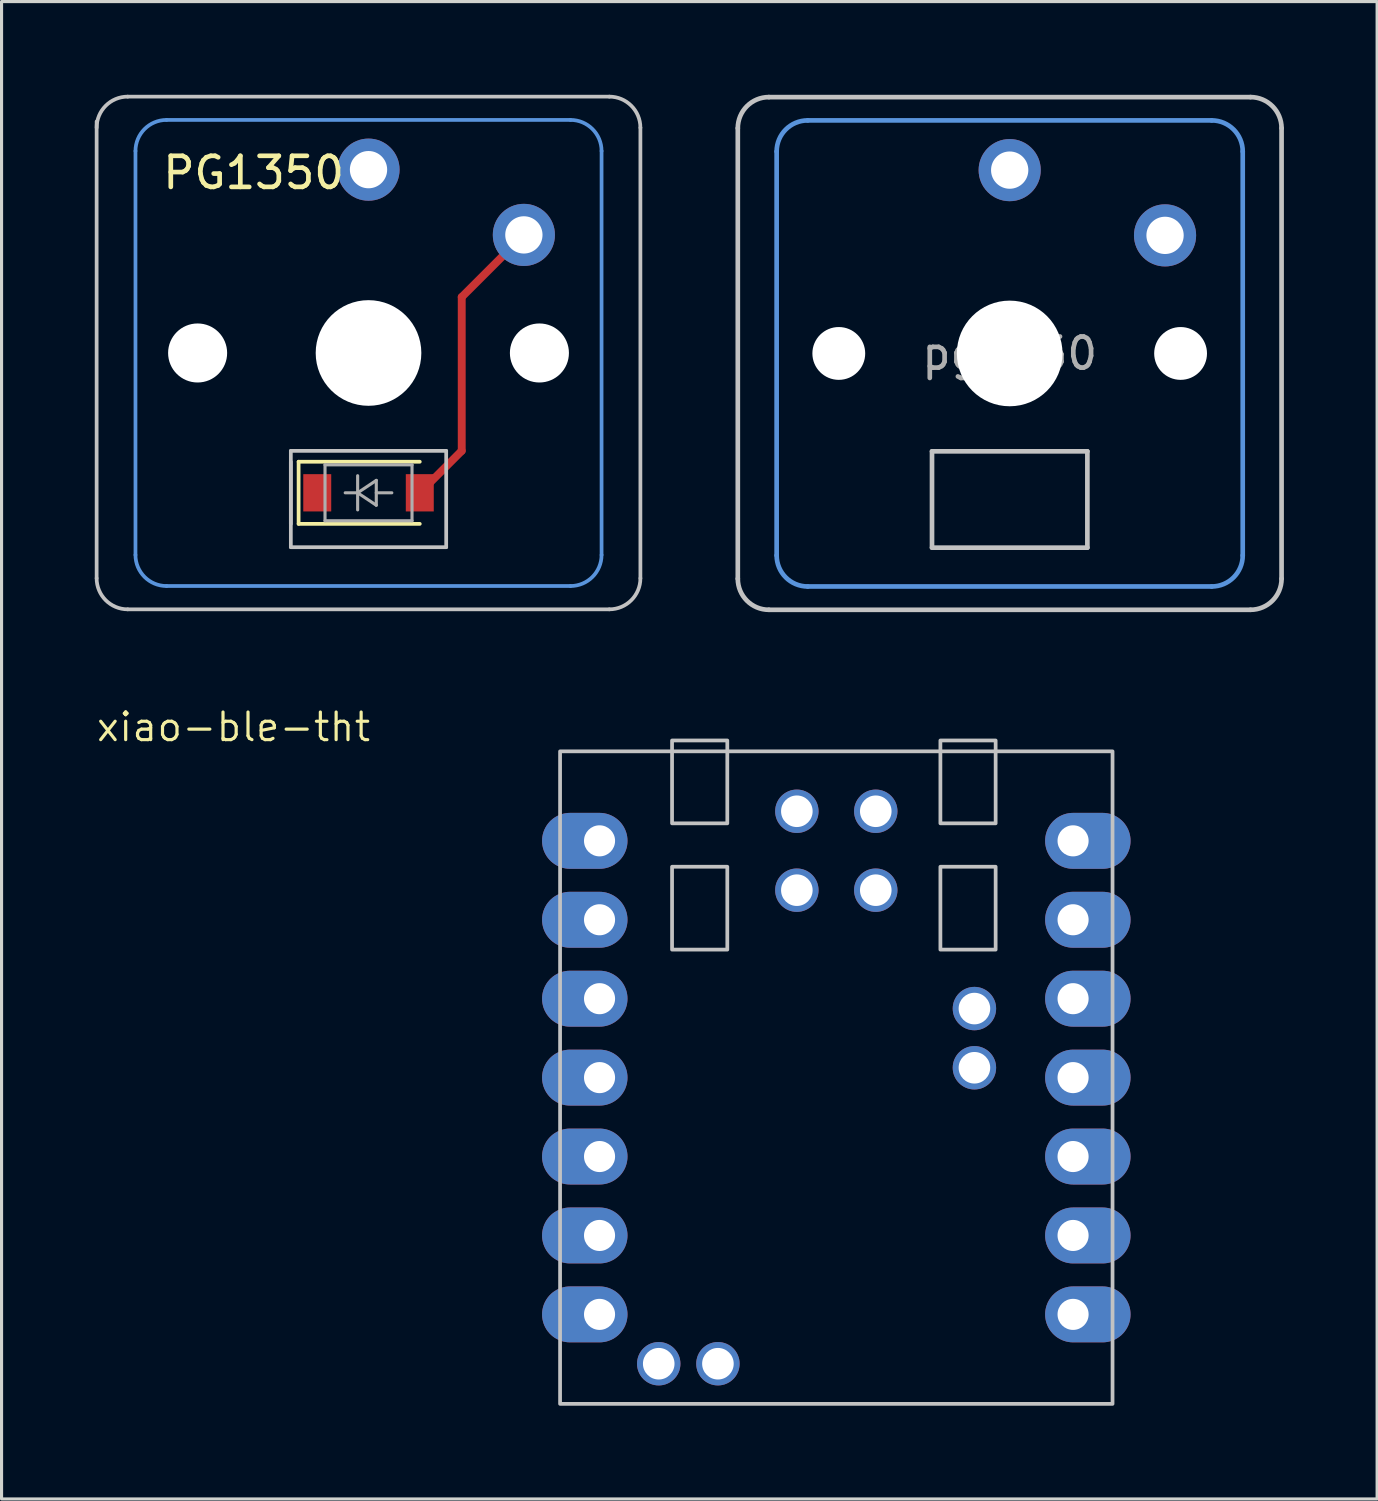
<source format=kicad_pcb>
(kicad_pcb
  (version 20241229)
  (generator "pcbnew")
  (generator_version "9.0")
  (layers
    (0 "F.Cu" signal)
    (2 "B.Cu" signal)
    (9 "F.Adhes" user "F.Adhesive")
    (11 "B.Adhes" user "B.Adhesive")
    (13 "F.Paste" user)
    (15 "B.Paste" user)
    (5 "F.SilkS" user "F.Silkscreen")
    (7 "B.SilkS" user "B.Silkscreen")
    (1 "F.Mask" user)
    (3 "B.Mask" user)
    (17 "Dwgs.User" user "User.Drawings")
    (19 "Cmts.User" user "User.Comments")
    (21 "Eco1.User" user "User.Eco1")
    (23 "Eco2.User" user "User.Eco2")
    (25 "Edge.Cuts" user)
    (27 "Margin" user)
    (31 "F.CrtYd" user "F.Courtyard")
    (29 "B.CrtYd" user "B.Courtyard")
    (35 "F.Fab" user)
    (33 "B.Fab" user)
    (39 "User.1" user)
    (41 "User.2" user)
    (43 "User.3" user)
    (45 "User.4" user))
  (footprint "PG1350"
    (layer "F.Cu")
    (at 8.81 12.81)
    (property "Reference" "PG1350" (at -6.7 -10.3 0) (layer "F.SilkS") (effects (font (size 1 1) (thickness 0.15)) (justify left)))
    (attr smd)
    (fp_line (start 1.65 0) (end 3 -1.35) (stroke (width 0.254) (type solid)) (layer "F.Cu"))
    (fp_line (start 3 -1.35) (end 3 -6.3) (stroke (width 0.254) (type solid)) (layer "F.Cu"))
    (fp_line (start 5 -8.3) (end 3 -6.3) (stroke (width 0.254) (type solid)) (layer "F.Cu"))
    (fp_line (start -2.25 -1) (end -2.25 1) (stroke (width 0.12) (type solid)) (layer "F.SilkS"))
    (fp_line (start -2.25 -1) (end 1.65 -1) (stroke (width 0.12) (type solid)) (layer "F.SilkS"))
    (fp_line (start -2.25 1) (end 1.65 1) (stroke (width 0.12) (type solid)) (layer "F.SilkS"))
    (fp_line (start -8.75 2.75) (end -8.75 -11.95) (stroke (width 0.12) (type solid)) (layer "Dwgs.User"))
    (fp_line (start -7.75 -12.75) (end 7.75 -12.75) (stroke (width 0.12) (type solid)) (layer "Dwgs.User"))
    (fp_line (start -2.5 -1.35) (end -2.5 1.75) (stroke (width 0.12) (type solid)) (layer "Dwgs.User"))
    (fp_line (start -2.5 1) (end -2.5 -1) (stroke (width 0.12) (type solid)) (layer "Dwgs.User"))
    (fp_line (start -2.5 1.75) (end 2.5 1.75) (stroke (width 0.12) (type solid)) (layer "Dwgs.User"))
    (fp_line (start 2.5 -1.35) (end -2.5 -1.35) (stroke (width 0.12) (type solid)) (layer "Dwgs.User"))
    (fp_line (start 2.5 1.75) (end 2.5 -1.35) (stroke (width 0.12) (type solid)) (layer "Dwgs.User"))
    (fp_line (start 7.75 3.75) (end -7.75 3.75) (stroke (width 0.12) (type solid)) (layer "Dwgs.User"))
    (fp_line (start 8.75 -11.75) (end 8.75 2.75) (stroke (width 0.12) (type solid)) (layer "Dwgs.User"))
    (fp_arc (start -8.75 -11.75) (mid -8.457107 -12.457107) (end -7.75 -12.75) (stroke (width 0.12) (type solid)) (layer "Dwgs.User"))
    (fp_arc (start -7.75 3.75) (mid -8.457107 3.457107) (end -8.75 2.75) (stroke (width 0.12) (type solid)) (layer "Dwgs.User"))
    (fp_arc (start 7.75 -12.75) (mid 8.457107 -12.457107) (end 8.75 -11.75) (stroke (width 0.12) (type solid)) (layer "Dwgs.User"))
    (fp_arc (start 8.75 2.75) (mid 8.457107 3.457107) (end 7.75 3.75) (stroke (width 0.12) (type solid)) (layer "Dwgs.User"))
    (fp_line (start -7.5 -11) (end -7.5 2) (stroke (width 0.12) (type solid)) (layer "Cmts.User"))
    (fp_line (start -6.5 3) (end 6.5 3) (stroke (width 0.12) (type solid)) (layer "Cmts.User"))
    (fp_line (start 6.5 -12) (end -6.5 -12) (stroke (width 0.12) (type solid)) (layer "Cmts.User"))
    (fp_line (start 7.5 2) (end 7.5 -11) (stroke (width 0.12) (type solid)) (layer "Cmts.User"))
    (fp_arc (start -7.5 -11) (mid -7.207107 -11.707107) (end -6.5 -12) (stroke (width 0.12) (type solid)) (layer "Cmts.User"))
    (fp_arc (start -6.5 3) (mid -7.207107 2.707107) (end -7.5 2) (stroke (width 0.12) (type solid)) (layer "Cmts.User"))
    (fp_arc (start 6.5 -12) (mid 7.207107 -11.707107) (end 7.5 -11) (stroke (width 0.12) (type solid)) (layer "Cmts.User"))
    (fp_arc (start 7.5 2) (mid 7.207107 2.707107) (end 6.5 3) (stroke (width 0.12) (type solid)) (layer "Cmts.User"))
    (fp_line (start -1.4 -0.9) (end 1.4 -0.9) (stroke (width 0.1) (type solid)) (layer "F.Fab"))
    (fp_line (start -1.4 0.9) (end -1.4 -0.9) (stroke (width 0.1) (type solid)) (layer "F.Fab"))
    (fp_line (start -0.75 0) (end -0.35 0) (stroke (width 0.1) (type solid)) (layer "F.Fab"))
    (fp_line (start -0.35 0) (end -0.35 -0.55) (stroke (width 0.1) (type solid)) (layer "F.Fab"))
    (fp_line (start -0.35 0) (end -0.35 0.55) (stroke (width 0.1) (type solid)) (layer "F.Fab"))
    (fp_line (start -0.35 0) (end 0.25 -0.4) (stroke (width 0.1) (type solid)) (layer "F.Fab"))
    (fp_line (start 0.25 -0.4) (end 0.25 0.4) (stroke (width 0.1) (type solid)) (layer "F.Fab"))
    (fp_line (start 0.25 0) (end 0.75 0) (stroke (width 0.1) (type solid)) (layer "F.Fab"))
    (fp_line (start 0.25 0.4) (end -0.35 0) (stroke (width 0.1) (type solid)) (layer "F.Fab"))
    (fp_line (start 1.4 -0.9) (end 1.4 0.9) (stroke (width 0.1) (type solid)) (layer "F.Fab"))
    (fp_line (start 1.4 0.9) (end -1.4 0.9) (stroke (width 0.1) (type solid)) (layer "F.Fab"))
    (pad "" np_thru_hole circle (at -5.5 -4.5) (size 1.9 1.9) (drill 1.9) (layers "*.Cu" "*.Mask"))
    (pad "" np_thru_hole circle (at 0 -4.5) (size 3.4 3.4) (drill 3.4) (layers "*.Cu" "*.Mask"))
    (pad "" np_thru_hole circle (at 5.5 -4.5) (size 1.9 1.9) (drill 1.9) (layers "*.Cu" "*.Mask"))
    (pad "1" thru_hole circle (at 0 -10.4) (size 2 2) (drill 1.2) (layers "*.Cu" "B.Mask"))
    (pad "2" thru_hole circle (at 5 -8.3 221.9) (size 2 2) (drill 1.2) (layers "*.Cu" "B.Mask"))
    (pad "3" smd rect (at -1.65 0) (size 0.9 1.2) (layers "F.Cu" "F.Mask" "F.Paste"))
    (pad "4" smd rect (at 1.65 0) (size 0.9 1.2) (layers "F.Cu" "F.Mask" "F.Paste")))
  (footprint "pg1350"
    (layer "F.Cu")
    (at 29.445 8.325)
    (property "Reference" "pg1350" (at 0 0 0) (layer "F.Fab") (effects (font (size 1 1) (thickness 0.15))))
    (attr through_hole)
    (fp_line (start -8.75 7.25) (end -8.75 -7.25) (stroke (width 0.15) (type solid)) (layer "Dwgs.User"))
    (fp_line (start -7.75 -8.25) (end 7.75 -8.25) (stroke (width 0.15) (type solid)) (layer "Dwgs.User"))
    (fp_line (start -2.5 3.15) (end -2.5 6.25) (stroke (width 0.15) (type solid)) (layer "Dwgs.User"))
    (fp_line (start -2.5 6.25) (end 2.5 6.25) (stroke (width 0.15) (type solid)) (layer "Dwgs.User"))
    (fp_line (start 2.5 3.15) (end -2.5 3.15) (stroke (width 0.15) (type solid)) (layer "Dwgs.User"))
    (fp_line (start 2.5 6.25) (end 2.5 3.15) (stroke (width 0.15) (type solid)) (layer "Dwgs.User"))
    (fp_line (start 7.75 8.25) (end -7.75 8.25) (stroke (width 0.15) (type solid)) (layer "Dwgs.User"))
    (fp_line (start 8.75 -7.25) (end 8.75 7.25) (stroke (width 0.15) (type solid)) (layer "Dwgs.User"))
    (fp_arc (start -8.75 -7.25) (mid -8.457107 -7.957107) (end -7.75 -8.25) (stroke (width 0.15) (type solid)) (layer "Dwgs.User"))
    (fp_arc (start -7.75 8.25) (mid -8.457107 7.957107) (end -8.75 7.25) (stroke (width 0.15) (type solid)) (layer "Dwgs.User"))
    (fp_arc (start 7.75 -8.25) (mid 8.457107 -7.957107) (end 8.75 -7.25) (stroke (width 0.15) (type solid)) (layer "Dwgs.User"))
    (fp_arc (start 8.75 7.25) (mid 8.457107 7.957107) (end 7.75 8.25) (stroke (width 0.15) (type solid)) (layer "Dwgs.User"))
    (fp_line (start -7.5 6.5) (end -7.5 -6.5) (stroke (width 0.15) (type solid)) (layer "Cmts.User"))
    (fp_line (start -6.5 -7.5) (end 6.5 -7.5) (stroke (width 0.15) (type solid)) (layer "Cmts.User"))
    (fp_line (start 6.5 7.5) (end -6.5 7.5) (stroke (width 0.15) (type solid)) (layer "Cmts.User"))
    (fp_line (start 7.5 -6.5) (end 7.5 6.5) (stroke (width 0.15) (type solid)) (layer "Cmts.User"))
    (fp_arc (start -7.5 -6.5) (mid -7.207107 -7.207107) (end -6.5 -7.5) (stroke (width 0.15) (type solid)) (layer "Cmts.User"))
    (fp_arc (start -6.5 7.5) (mid -7.207107 7.207107) (end -7.5 6.5) (stroke (width 0.15) (type solid)) (layer "Cmts.User"))
    (fp_arc (start 6.5 -7.5) (mid 7.207107 -7.207107) (end 7.5 -6.5) (stroke (width 0.15) (type solid)) (layer "Cmts.User"))
    (fp_arc (start 7.5 6.5) (mid 7.207107 7.207107) (end 6.5 7.5) (stroke (width 0.15) (type solid)) (layer "Cmts.User"))
    (pad "" np_thru_hole circle (at -5.5 0) (size 1.7 1.7) (drill 1.7) (layers "*.Cu" "*.Mask"))
    (pad "" np_thru_hole circle (at 0 0) (size 3.4 3.4) (drill 3.4) (layers "*.Cu" "*.Mask"))
    (pad "" np_thru_hole circle (at 5.5 0) (size 1.7 1.7) (drill 1.7) (layers "*.Cu" "*.Mask"))
    (pad "1" thru_hole circle (at 0 -5.9) (size 2 2) (drill 1.2) (layers "*.Cu" "B.Mask"))
    (pad "2" thru_hole circle (at 5 -3.8) (size 2 2) (drill 1.2) (layers "*.Cu" "B.Mask")))
  (footprint "xiao-ble-tht"
    (layer "F.Cu")
    (at 23.865 31.631)
    (property "Reference" "xiao-ble-tht" (at -19.399 -11.283 0) (layer "F.SilkS") (effects (font (size 0.889 0.889) (thickness 0.102))))
    (attr smd)
    (fp_rect (start -8.89 10.5) (end 8.89 -10.5) (stroke (width 0.12) (type solid)) (fill no) (layer "Dwgs.User"))
    (fp_rect (start -5.286 -6.786) (end -3.508 -4.119) (stroke (width 0.12) (type solid)) (fill no) (layer "Dwgs.User"))
    (fp_rect (start -3.508 -8.183) (end -5.286 -10.85) (stroke (width 0.12) (type solid)) (fill no) (layer "Dwgs.User"))
    (fp_rect (start 3.35 -10.85) (end 5.128 -8.183) (stroke (width 0.12) (type solid)) (fill no) (layer "Dwgs.User"))
    (fp_rect (start 3.35 -6.786) (end 5.128 -4.119) (stroke (width 0.12) (type solid)) (fill no) (layer "Dwgs.User"))
    (pad "1" thru_hole oval (at -7.62 -7.62) (size 2.75 1.8) (drill 1 (offset -0.475 0)) (layers "*.Cu" "*.Mask"))
    (pad "2" thru_hole oval (at -7.62 -5.08) (size 2.75 1.8) (drill 1 (offset -0.475 0)) (layers "*.Cu" "*.Mask"))
    (pad "3" thru_hole oval (at -7.62 -2.54) (size 2.75 1.8) (drill 1 (offset -0.475 0)) (layers "*.Cu" "*.Mask"))
    (pad "4" thru_hole oval (at -7.62 0) (size 2.75 1.8) (drill 1 (offset -0.475 0)) (layers "*.Cu" "*.Mask"))
    (pad "5" thru_hole oval (at -7.62 2.54) (size 2.75 1.8) (drill 1 (offset -0.475 0)) (layers "*.Cu" "*.Mask"))
    (pad "6" thru_hole oval (at -7.62 5.08) (size 2.75 1.8) (drill 1 (offset -0.475 0)) (layers "*.Cu" "*.Mask"))
    (pad "7" thru_hole oval (at -7.62 7.62) (size 2.75 1.8) (drill 1 (offset -0.475 0)) (layers "*.Cu" "*.Mask"))
    (pad "8" thru_hole oval (at 7.62 7.62 180) (size 2.75 1.8) (drill 1 (offset -0.475 0)) (layers "*.Cu" "*.Mask"))
    (pad "9" thru_hole oval (at 7.62 5.08 180) (size 2.75 1.8) (drill 1 (offset -0.475 0)) (layers "*.Cu" "*.Mask"))
    (pad "10" thru_hole oval (at 7.62 2.54 180) (size 2.75 1.8) (drill 1 (offset -0.475 0)) (layers "*.Cu" "*.Mask"))
    (pad "11" thru_hole oval (at 7.62 0 180) (size 2.75 1.8) (drill 1 (offset -0.475 0)) (layers "*.Cu" "*.Mask"))
    (pad "12" thru_hole oval (at 7.62 -2.54 180) (size 2.75 1.8) (drill 1 (offset -0.475 0)) (layers "*.Cu" "*.Mask"))
    (pad "13" thru_hole oval (at 7.62 -5.08 180) (size 2.75 1.8) (drill 1 (offset -0.475 0)) (layers "*.Cu" "*.Mask"))
    (pad "14" thru_hole oval (at 7.62 -7.62 180) (size 2.75 1.8) (drill 1 (offset -0.475 0)) (layers "*.Cu" "*.Mask"))
    (pad "15" thru_hole circle (at -1.27 -8.572 90) (size 1.397 1.397) (drill 1.016) (layers "*.Cu" "*.Mask"))
    (pad "16" thru_hole circle (at 1.27 -8.572 90) (size 1.397 1.397) (drill 1.016) (layers "*.Cu" "*.Mask"))
    (pad "17" thru_hole circle (at -1.27 -6.032 90) (size 1.397 1.397) (drill 1.016) (layers "*.Cu" "*.Mask"))
    (pad "18" thru_hole circle (at 1.27 -6.032 90) (size 1.397 1.397) (drill 1.016) (layers "*.Cu" "*.Mask"))
    (pad "19" thru_hole circle (at 4.445 -0.317 180) (size 1.397 1.397) (drill 1.016) (layers "*.Cu" "*.Mask"))
    (pad "20" thru_hole circle (at 4.445 -2.222 180) (size 1.397 1.397) (drill 1.016) (layers "*.Cu" "*.Mask"))
    (pad "21" thru_hole circle (at -3.81 9.208 180) (size 1.397 1.397) (drill 1.016) (layers "*.Cu" "*.Mask"))
    (pad "22" thru_hole circle (at -5.715 9.208 180) (size 1.397 1.397) (drill 1.016) (layers "*.Cu" "*.Mask")))
  (gr_rect
    (start -3 -3)
    (end 41.27 45.191)
    (stroke (width 0.1) (type default))
    (fill no)
    (layer "Edge.Cuts")))
</source>
